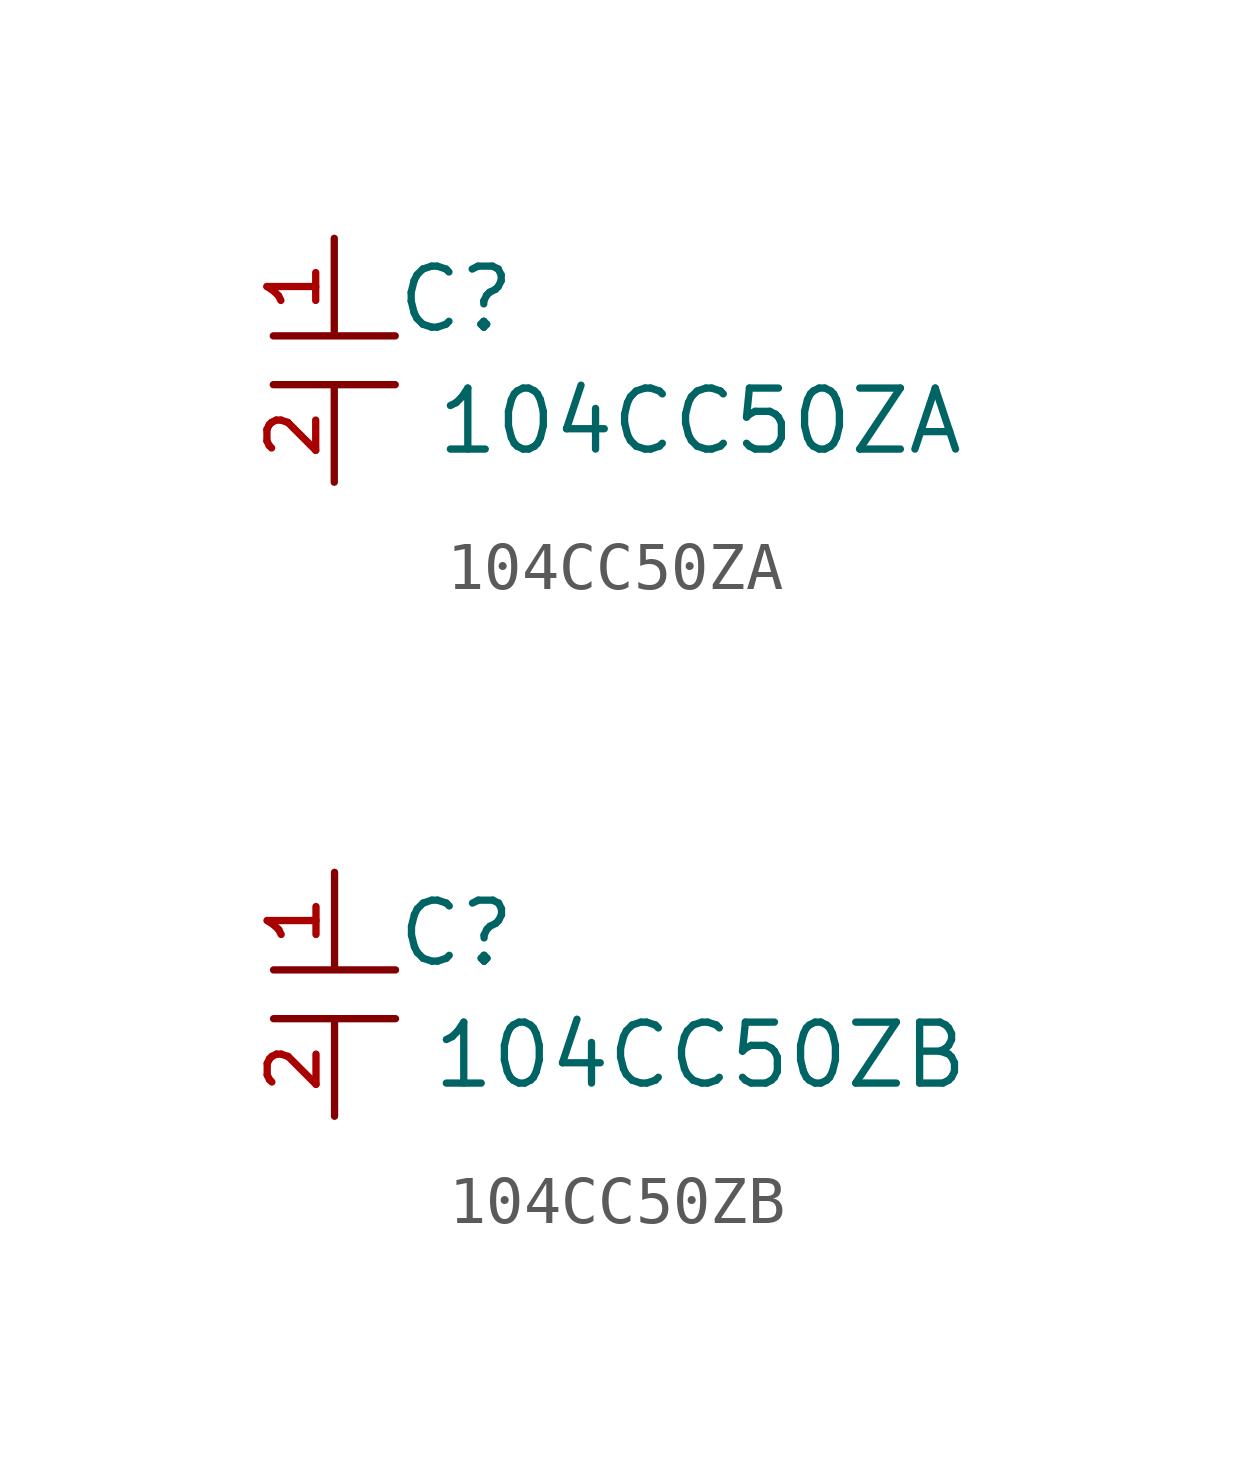
<source format=kicad_sym>
(kicad_symbol_lib
  (version 20211014)
  (generator kicad_symbol_editor)
  (symbol "104CC50ZA"
    (pin_names
      (offset 1.016))
    (property "Reference" "C"
      (at 2.54 1.27 0)
      (effects (font (size 1.27 1.27))))
    (property "Value" "104CC50ZA"
      (at 7.62 -1.27 0)
      (effects (font (size 1.27 1.27))))
    (symbol "104CC50ZA_0_1"
      (polyline (pts (xy -1.27 -0.508) (xy 1.27 -0.508)) (stroke (width 0) (type default) (color 0 0 0 0)) (fill (type none)))
      (polyline (pts (xy -1.27 0.508) (xy 1.27 0.508)) (stroke (width 0) (type default) (color 0 0 0 0)) (fill (type none))))
    (symbol "104CC50ZA_1_1"
      (pin passive line (at 0 2.54 270) (length 2.007) (name "~" (effects (font (size 1.016 1.016)))) (number "1" (effects (font (size 1.016 1.016)))))
      (pin passive line (at 0 -2.54 90) (length 2.007) (name "~" (effects (font (size 1.016 1.016)))) (number "2" (effects (font (size 1.016 1.016)))))))
  (symbol "104CC50ZB"
    (pin_names
      (offset 1.016))
    (property "Reference" "C"
      (at 2.54 1.27 0)
      (effects (font (size 1.27 1.27))))
    (property "Value" "104CC50ZB"
      (at 7.62 -1.27 0)
      (effects (font (size 1.27 1.27))))
    (symbol "104CC50ZB_1_1"
      (polyline (pts (xy -1.27 -0.508) (xy 1.27 -0.508)) (stroke (width 0) (type default) (color 0 0 0 0)) (fill (type none)))
      (polyline (pts (xy -1.27 0.508) (xy 1.27 0.508)) (stroke (width 0) (type default) (color 0 0 0 0)) (fill (type none)))
      (pin passive line (at 0 2.54 270) (length 2.007) (name "~" (effects (font (size 1.016 1.016)))) (number "1" (effects (font (size 1.016 1.016)))))
      (pin passive line (at 0 -2.54 90) (length 2.007) (name "~" (effects (font (size 1.016 1.016)))) (number "2" (effects (font (size 1.016 1.016))))))))
</source>
